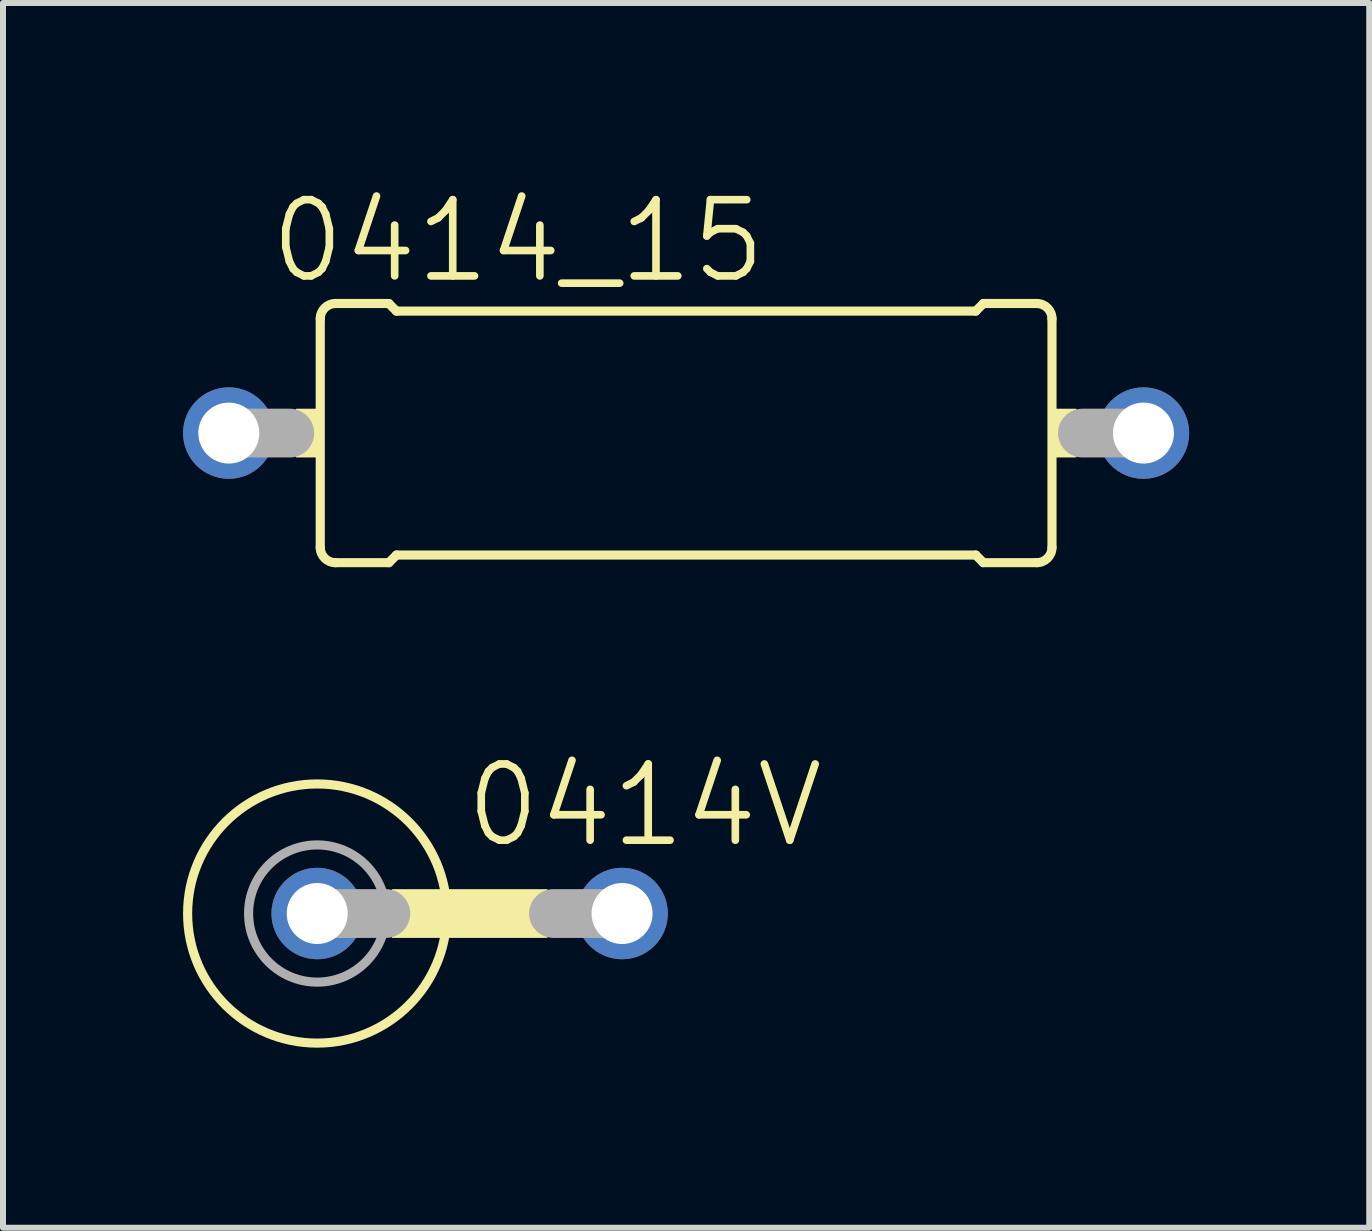
<source format=kicad_pcb>
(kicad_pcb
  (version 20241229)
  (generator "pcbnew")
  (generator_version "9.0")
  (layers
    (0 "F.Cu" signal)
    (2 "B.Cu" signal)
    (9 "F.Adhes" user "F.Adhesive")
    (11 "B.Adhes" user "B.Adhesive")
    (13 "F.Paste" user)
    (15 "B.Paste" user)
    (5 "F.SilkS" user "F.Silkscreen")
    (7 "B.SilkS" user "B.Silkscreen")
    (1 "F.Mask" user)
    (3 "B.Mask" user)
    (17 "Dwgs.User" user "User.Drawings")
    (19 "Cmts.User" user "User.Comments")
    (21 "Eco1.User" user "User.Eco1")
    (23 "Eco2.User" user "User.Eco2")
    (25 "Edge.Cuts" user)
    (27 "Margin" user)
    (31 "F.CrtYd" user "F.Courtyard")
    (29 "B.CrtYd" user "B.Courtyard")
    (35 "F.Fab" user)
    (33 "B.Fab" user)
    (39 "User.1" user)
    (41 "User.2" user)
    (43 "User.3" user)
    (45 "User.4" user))
  (footprint "0414_15"
    (layer "F.Cu")
    (at 8.382 4.166)
    (property "Reference" "0414_15" (at -2.8 -3.2 0) (layer "F.SilkS") (effects (font (size 1.27 1.27) (thickness 0.127))))
    (attr through_hole)
    (fp_line (start -6.096 1.905) (end -6.096 -1.905) (stroke (width 0.152) (type solid)) (layer "F.SilkS"))
    (fp_line (start -5.842 -2.159) (end -4.953 -2.159) (stroke (width 0.152) (type solid)) (layer "F.SilkS"))
    (fp_line (start -5.842 2.159) (end -4.953 2.159) (stroke (width 0.152) (type solid)) (layer "F.SilkS"))
    (fp_line (start -4.826 -2.032) (end -4.953 -2.159) (stroke (width 0.152) (type solid)) (layer "F.SilkS"))
    (fp_line (start -4.826 2.032) (end -4.953 2.159) (stroke (width 0.152) (type solid)) (layer "F.SilkS"))
    (fp_line (start 4.826 -2.032) (end -4.826 -2.032) (stroke (width 0.152) (type solid)) (layer "F.SilkS"))
    (fp_line (start 4.826 -2.032) (end 4.953 -2.159) (stroke (width 0.152) (type solid)) (layer "F.SilkS"))
    (fp_line (start 4.826 2.032) (end -4.826 2.032) (stroke (width 0.152) (type solid)) (layer "F.SilkS"))
    (fp_line (start 4.826 2.032) (end 4.953 2.159) (stroke (width 0.152) (type solid)) (layer "F.SilkS"))
    (fp_line (start 5.842 -2.159) (end 4.953 -2.159) (stroke (width 0.152) (type solid)) (layer "F.SilkS"))
    (fp_line (start 5.842 2.159) (end 4.953 2.159) (stroke (width 0.152) (type solid)) (layer "F.SilkS"))
    (fp_line (start 6.096 1.905) (end 6.096 -1.905) (stroke (width 0.152) (type solid)) (layer "F.SilkS"))
    (fp_arc (start -6.096 -1.905) (mid -6.021605 -2.084605) (end -5.842 -2.159) (stroke (width 0.1524) (type solid)) (layer "F.SilkS"))
    (fp_arc (start -5.842 2.159) (mid -6.021605 2.084605) (end -6.096 1.905) (stroke (width 0.1524) (type solid)) (layer "F.SilkS"))
    (fp_arc (start 5.842 -2.159) (mid 6.021605 -2.084605) (end 6.096 -1.905) (stroke (width 0.1524) (type solid)) (layer "F.SilkS"))
    (fp_arc (start 6.096 1.905) (mid 6.021605 2.084605) (end 5.842 2.159) (stroke (width 0.1524) (type solid)) (layer "F.SilkS"))
    (fp_poly (pts (xy -6.502 -0.406) (xy -6.096 -0.406) (xy -6.096 0.406) (xy -6.502 0.406)) (stroke (width 0) (type solid)) (fill yes) (layer "F.SilkS"))
    (fp_poly (pts (xy 6.096 -0.406) (xy 6.502 -0.406) (xy 6.502 0.406) (xy 6.096 0.406)) (stroke (width 0) (type solid)) (fill yes) (layer "F.SilkS"))
    (fp_line (start -7.62 0) (end -6.604 0) (stroke (width 0.813) (type solid)) (layer "F.Fab"))
    (fp_line (start 7.62 0) (end 6.604 0) (stroke (width 0.813) (type solid)) (layer "F.Fab"))
    (pad "1" thru_hole circle (at -7.62 0) (size 1.524 1.524) (drill 1.016) (layers "*.Cu" "*.Mask"))
    (pad "2" thru_hole circle (at 7.62 0) (size 1.524 1.524) (drill 1.016) (layers "*.Cu" "*.Mask")))
  (footprint "0414V"
    (layer "F.Cu")
    (at 4.775 12.171)
    (property "Reference" "0414V" (at 2.915 -1.803 0) (layer "F.SilkS") (effects (font (size 1.27 1.27) (thickness 0.127))))
    (attr through_hole)
    (fp_circle (center -2.54 0) (end -0.381 0) (stroke (width 0.152) (type solid)) (fill no) (layer "F.SilkS"))
    (fp_poly (pts (xy -1.295 -0.406) (xy 1.295 -0.406) (xy 1.295 0.406) (xy -1.295 0.406)) (stroke (width 0) (type solid)) (fill yes) (layer "F.SilkS"))
    (fp_line (start -2.54 0) (end -1.397 0) (stroke (width 0.813) (type solid)) (layer "F.Fab"))
    (fp_line (start 2.54 0) (end 1.397 0) (stroke (width 0.813) (type solid)) (layer "F.Fab"))
    (fp_circle (center -2.54 0) (end -1.397 0) (stroke (width 0.152) (type solid)) (fill no) (layer "F.Fab"))
    (pad "1" thru_hole circle (at -2.54 0) (size 1.524 1.524) (drill 1.016) (layers "*.Cu" "*.Mask"))
    (pad "2" thru_hole circle (at 2.54 0) (size 1.524 1.524) (drill 1.016) (layers "*.Cu" "*.Mask")))
  (gr_rect
    (start -3 -3)
    (end 19.764 17.406)
    (stroke (width 0.1) (type default))
    (fill no)
    (layer "Edge.Cuts")))
</source>
